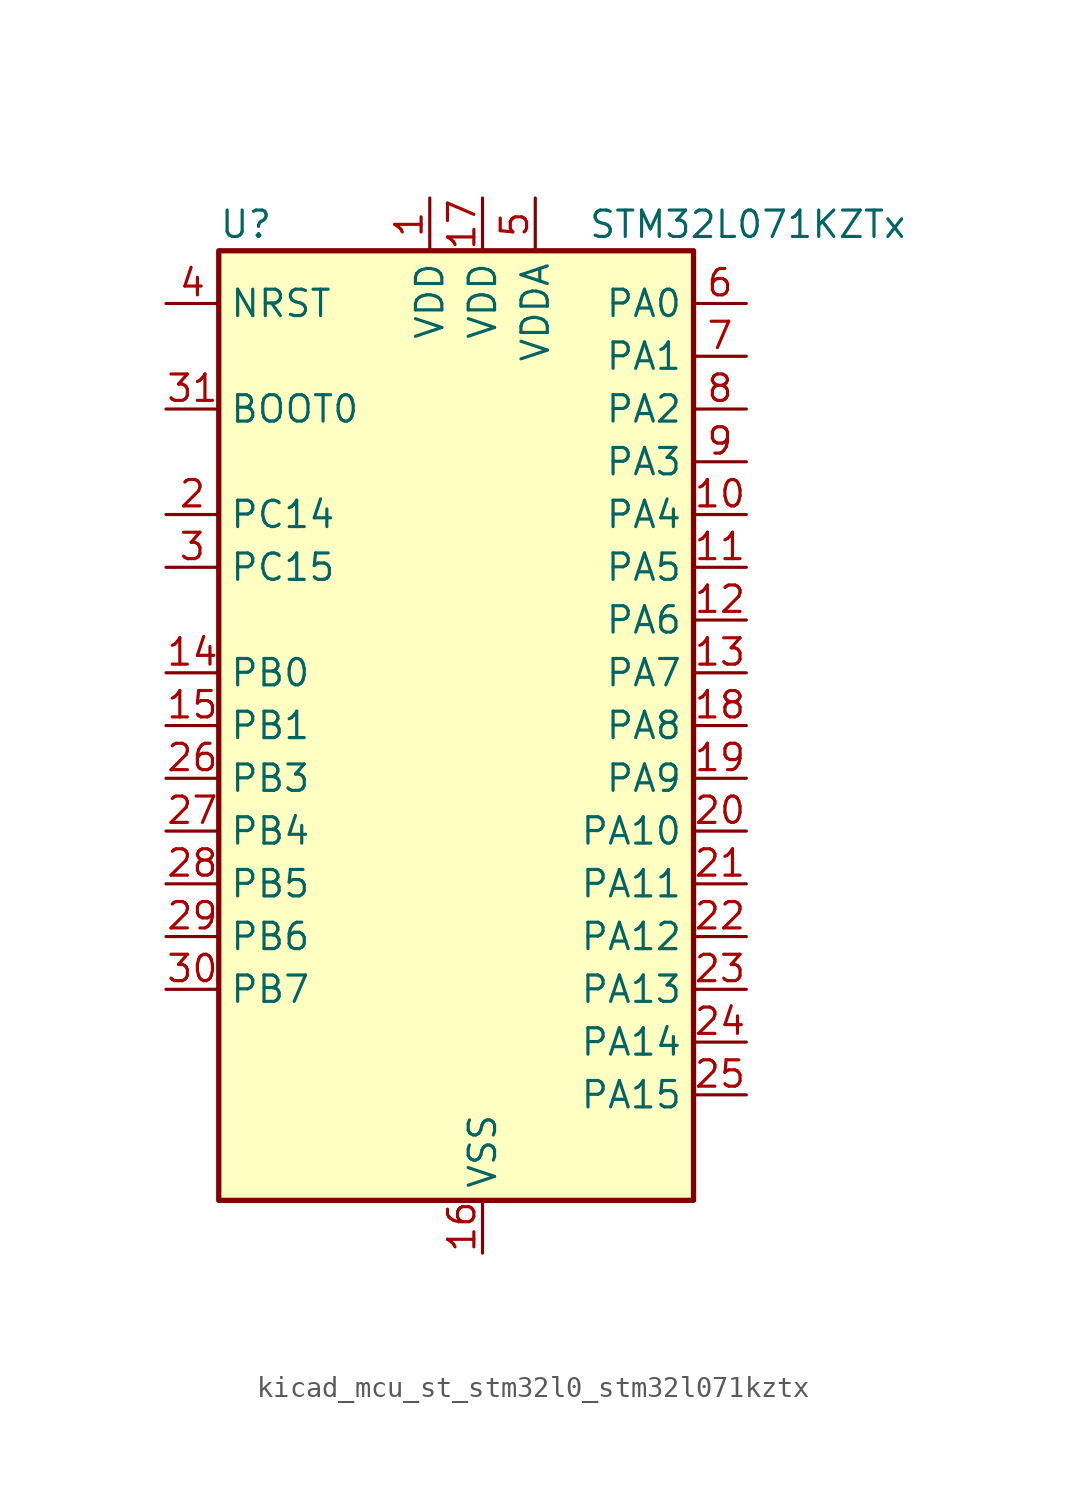
<source format=kicad_sym>
(kicad_symbol_lib
  (version 20220914)
  (generator kicad_symbol_editor)
  (symbol "kicad_mcu_st_stm32l0_stm32l071kztx"
    (property "Reference" "U"
      (at -10.16 24.13 0)
      (effects (font (size 1.27 1.27)) (justify left)))
    (property "Value" "STM32L071KZTx"
      (at 7.62 24.13 0)
      (effects (font (size 1.27 1.27)) (justify left)))
    (property "ki_locked" ""
      (at 0 0 0)
      (effects (font (size 1.27 1.27))))
    (symbol "kicad_mcu_st_stm32l0_stm32l071kztx_0_1"
      (rectangle (start -10.16 -22.86) (end 12.7 22.86) (stroke (width 0.254) (type default)) (fill (type background))))
    (symbol "kicad_mcu_st_stm32l0_stm32l071kztx_1_1"
      (pin power_in line (at 0 25.4 270) (length 2.54) (name "VDD" (effects (font (size 1.27 1.27)))) (number "1" (effects (font (size 1.27 1.27)))))
      (pin bidirectional line (at 15.24 10.16 180) (length 2.54) (name "PA4" (effects (font (size 1.27 1.27)))) (number "10" (effects (font (size 1.27 1.27)))) (alternate "ADC_IN4" bidirectional line) (alternate "COMP1_INM" bidirectional line) (alternate "COMP2_INM" bidirectional line) (alternate "SPI1_NSS" bidirectional line) (alternate "TIM22_ETR" bidirectional line) (alternate "USART2_CK" bidirectional line))
      (pin bidirectional line (at 15.24 7.62 180) (length 2.54) (name "PA5" (effects (font (size 1.27 1.27)))) (number "11" (effects (font (size 1.27 1.27)))) (alternate "ADC_IN5" bidirectional line) (alternate "COMP1_INM" bidirectional line) (alternate "COMP2_INM" bidirectional line) (alternate "SPI1_SCK" bidirectional line) (alternate "TIM2_CH1" bidirectional line) (alternate "TIM2_ETR" bidirectional line))
      (pin bidirectional line (at 15.24 5.08 180) (length 2.54) (name "PA6" (effects (font (size 1.27 1.27)))) (number "12" (effects (font (size 1.27 1.27)))) (alternate "ADC_IN6" bidirectional line) (alternate "COMP1_OUT" bidirectional line) (alternate "LPUART1_CTS" bidirectional line) (alternate "SPI1_MISO" bidirectional line) (alternate "TIM22_CH1" bidirectional line) (alternate "TIM3_CH1" bidirectional line))
      (pin bidirectional line (at 15.24 2.54 180) (length 2.54) (name "PA7" (effects (font (size 1.27 1.27)))) (number "13" (effects (font (size 1.27 1.27)))) (alternate "ADC_IN7" bidirectional line) (alternate "COMP2_OUT" bidirectional line) (alternate "SPI1_MOSI" bidirectional line) (alternate "TIM22_CH2" bidirectional line) (alternate "TIM3_CH2" bidirectional line))
      (pin bidirectional line (at -12.7 2.54 0) (length 2.54) (name "PB0" (effects (font (size 1.27 1.27)))) (number "14" (effects (font (size 1.27 1.27)))) (alternate "ADC_IN8" bidirectional line) (alternate "SYS_VREF_OUT_PB0" bidirectional line) (alternate "TIM3_CH3" bidirectional line))
      (pin bidirectional line (at -12.7 0 0) (length 2.54) (name "PB1" (effects (font (size 1.27 1.27)))) (number "15" (effects (font (size 1.27 1.27)))) (alternate "ADC_IN9" bidirectional line) (alternate "LPUART1_DE" bidirectional line) (alternate "LPUART1_RTS" bidirectional line) (alternate "SYS_VREF_OUT_PB1" bidirectional line) (alternate "TIM3_CH4" bidirectional line))
      (pin power_in line (at 2.54 -25.4 90) (length 2.54) (name "VSS" (effects (font (size 1.27 1.27)))) (number "16" (effects (font (size 1.27 1.27)))))
      (pin power_in line (at 2.54 25.4 270) (length 2.54) (name "VDD" (effects (font (size 1.27 1.27)))) (number "17" (effects (font (size 1.27 1.27)))))
      (pin bidirectional line (at 15.24 0 180) (length 2.54) (name "PA8" (effects (font (size 1.27 1.27)))) (number "18" (effects (font (size 1.27 1.27)))) (alternate "I2C3_SCL" bidirectional line) (alternate "RCC_MCO" bidirectional line) (alternate "USART1_CK" bidirectional line))
      (pin bidirectional line (at 15.24 -2.54 180) (length 2.54) (name "PA9" (effects (font (size 1.27 1.27)))) (number "19" (effects (font (size 1.27 1.27)))) (alternate "I2C1_SCL" bidirectional line) (alternate "I2C3_SMBA" bidirectional line) (alternate "RCC_MCO" bidirectional line) (alternate "USART1_TX" bidirectional line))
      (pin bidirectional line (at -12.7 10.16 0) (length 2.54) (name "PC14" (effects (font (size 1.27 1.27)))) (number "2" (effects (font (size 1.27 1.27)))) (alternate "RCC_OSC32_IN" bidirectional line))
      (pin bidirectional line (at 15.24 -5.08 180) (length 2.54) (name "PA10" (effects (font (size 1.27 1.27)))) (number "20" (effects (font (size 1.27 1.27)))) (alternate "I2C1_SDA" bidirectional line) (alternate "USART1_RX" bidirectional line))
      (pin bidirectional line (at 15.24 -7.62 180) (length 2.54) (name "PA11" (effects (font (size 1.27 1.27)))) (number "21" (effects (font (size 1.27 1.27)))) (alternate "ADC_EXTI11" bidirectional line) (alternate "COMP1_OUT" bidirectional line) (alternate "SPI1_MISO" bidirectional line) (alternate "USART1_CTS" bidirectional line))
      (pin bidirectional line (at 15.24 -10.16 180) (length 2.54) (name "PA12" (effects (font (size 1.27 1.27)))) (number "22" (effects (font (size 1.27 1.27)))) (alternate "COMP2_OUT" bidirectional line) (alternate "SPI1_MOSI" bidirectional line) (alternate "USART1_DE" bidirectional line) (alternate "USART1_RTS" bidirectional line))
      (pin bidirectional line (at 15.24 -12.7 180) (length 2.54) (name "PA13" (effects (font (size 1.27 1.27)))) (number "23" (effects (font (size 1.27 1.27)))) (alternate "LPUART1_RX" bidirectional line) (alternate "SYS_SWDIO" bidirectional line))
      (pin bidirectional line (at 15.24 -15.24 180) (length 2.54) (name "PA14" (effects (font (size 1.27 1.27)))) (number "24" (effects (font (size 1.27 1.27)))) (alternate "LPUART1_TX" bidirectional line) (alternate "SYS_SWCLK" bidirectional line) (alternate "USART2_TX" bidirectional line))
      (pin bidirectional line (at 15.24 -17.78 180) (length 2.54) (name "PA15" (effects (font (size 1.27 1.27)))) (number "25" (effects (font (size 1.27 1.27)))) (alternate "SPI1_NSS" bidirectional line) (alternate "TIM2_CH1" bidirectional line) (alternate "TIM2_ETR" bidirectional line) (alternate "USART2_RX" bidirectional line) (alternate "USART4_DE" bidirectional line) (alternate "USART4_RTS" bidirectional line))
      (pin bidirectional line (at -12.7 -2.54 0) (length 2.54) (name "PB3" (effects (font (size 1.27 1.27)))) (number "26" (effects (font (size 1.27 1.27)))) (alternate "COMP2_INM" bidirectional line) (alternate "SPI1_SCK" bidirectional line) (alternate "TIM2_CH2" bidirectional line) (alternate "USART1_DE" bidirectional line) (alternate "USART1_RTS" bidirectional line) (alternate "USART5_TX" bidirectional line))
      (pin bidirectional line (at -12.7 -5.08 0) (length 2.54) (name "PB4" (effects (font (size 1.27 1.27)))) (number "27" (effects (font (size 1.27 1.27)))) (alternate "COMP2_INP" bidirectional line) (alternate "I2C3_SDA" bidirectional line) (alternate "SPI1_MISO" bidirectional line) (alternate "TIM22_CH1" bidirectional line) (alternate "TIM3_CH1" bidirectional line) (alternate "USART1_CTS" bidirectional line) (alternate "USART5_RX" bidirectional line))
      (pin bidirectional line (at -12.7 -7.62 0) (length 2.54) (name "PB5" (effects (font (size 1.27 1.27)))) (number "28" (effects (font (size 1.27 1.27)))) (alternate "COMP2_INP" bidirectional line) (alternate "I2C1_SMBA" bidirectional line) (alternate "LPTIM1_IN1" bidirectional line) (alternate "SPI1_MOSI" bidirectional line) (alternate "TIM22_CH2" bidirectional line) (alternate "TIM3_CH2" bidirectional line) (alternate "USART1_CK" bidirectional line) (alternate "USART5_CK" bidirectional line) (alternate "USART5_DE" bidirectional line) (alternate "USART5_RTS" bidirectional line))
      (pin bidirectional line (at -12.7 -10.16 0) (length 2.54) (name "PB6" (effects (font (size 1.27 1.27)))) (number "29" (effects (font (size 1.27 1.27)))) (alternate "COMP2_INP" bidirectional line) (alternate "I2C1_SCL" bidirectional line) (alternate "LPTIM1_ETR" bidirectional line) (alternate "USART1_TX" bidirectional line))
      (pin bidirectional line (at -12.7 7.62 0) (length 2.54) (name "PC15" (effects (font (size 1.27 1.27)))) (number "3" (effects (font (size 1.27 1.27)))) (alternate "RCC_OSC32_OUT" bidirectional line))
      (pin bidirectional line (at -12.7 -12.7 0) (length 2.54) (name "PB7" (effects (font (size 1.27 1.27)))) (number "30" (effects (font (size 1.27 1.27)))) (alternate "COMP2_INP" bidirectional line) (alternate "I2C1_SDA" bidirectional line) (alternate "LPTIM1_IN2" bidirectional line) (alternate "SYS_PVD_IN" bidirectional line) (alternate "USART1_RX" bidirectional line) (alternate "USART4_CTS" bidirectional line))
      (pin input line (at -12.7 15.24 0) (length 2.54) (name "BOOT0" (effects (font (size 1.27 1.27)))) (number "31" (effects (font (size 1.27 1.27)))))
      (pin passive line (at 2.54 -25.4 90) (length 2.54) hide (name "VSS" (effects (font (size 1.27 1.27)))) (number "32" (effects (font (size 1.27 1.27)))))
      (pin input line (at -12.7 20.32 0) (length 2.54) (name "NRST" (effects (font (size 1.27 1.27)))) (number "4" (effects (font (size 1.27 1.27)))))
      (pin power_in line (at 5.08 25.4 270) (length 2.54) (name "VDDA" (effects (font (size 1.27 1.27)))) (number "5" (effects (font (size 1.27 1.27)))))
      (pin bidirectional line (at 15.24 20.32 180) (length 2.54) (name "PA0" (effects (font (size 1.27 1.27)))) (number "6" (effects (font (size 1.27 1.27)))) (alternate "ADC_IN0" bidirectional line) (alternate "COMP1_INM" bidirectional line) (alternate "COMP1_OUT" bidirectional line) (alternate "RTC_TAMP2" bidirectional line) (alternate "SYS_WKUP1" bidirectional line) (alternate "TIM2_CH1" bidirectional line) (alternate "TIM2_ETR" bidirectional line) (alternate "USART2_CTS" bidirectional line) (alternate "USART4_TX" bidirectional line))
      (pin bidirectional line (at 15.24 17.78 180) (length 2.54) (name "PA1" (effects (font (size 1.27 1.27)))) (number "7" (effects (font (size 1.27 1.27)))) (alternate "ADC_IN1" bidirectional line) (alternate "COMP1_INP" bidirectional line) (alternate "TIM21_ETR" bidirectional line) (alternate "TIM2_CH2" bidirectional line) (alternate "USART2_DE" bidirectional line) (alternate "USART2_RTS" bidirectional line) (alternate "USART4_RX" bidirectional line))
      (pin bidirectional line (at 15.24 15.24 180) (length 2.54) (name "PA2" (effects (font (size 1.27 1.27)))) (number "8" (effects (font (size 1.27 1.27)))) (alternate "ADC_IN2" bidirectional line) (alternate "COMP2_INM" bidirectional line) (alternate "COMP2_OUT" bidirectional line) (alternate "LPUART1_TX" bidirectional line) (alternate "TIM21_CH1" bidirectional line) (alternate "TIM2_CH3" bidirectional line) (alternate "USART2_TX" bidirectional line))
      (pin bidirectional line (at 15.24 12.7 180) (length 2.54) (name "PA3" (effects (font (size 1.27 1.27)))) (number "9" (effects (font (size 1.27 1.27)))) (alternate "ADC_IN3" bidirectional line) (alternate "COMP2_INP" bidirectional line) (alternate "LPUART1_RX" bidirectional line) (alternate "TIM21_CH2" bidirectional line) (alternate "TIM2_CH4" bidirectional line) (alternate "USART2_RX" bidirectional line)))))
</source>
